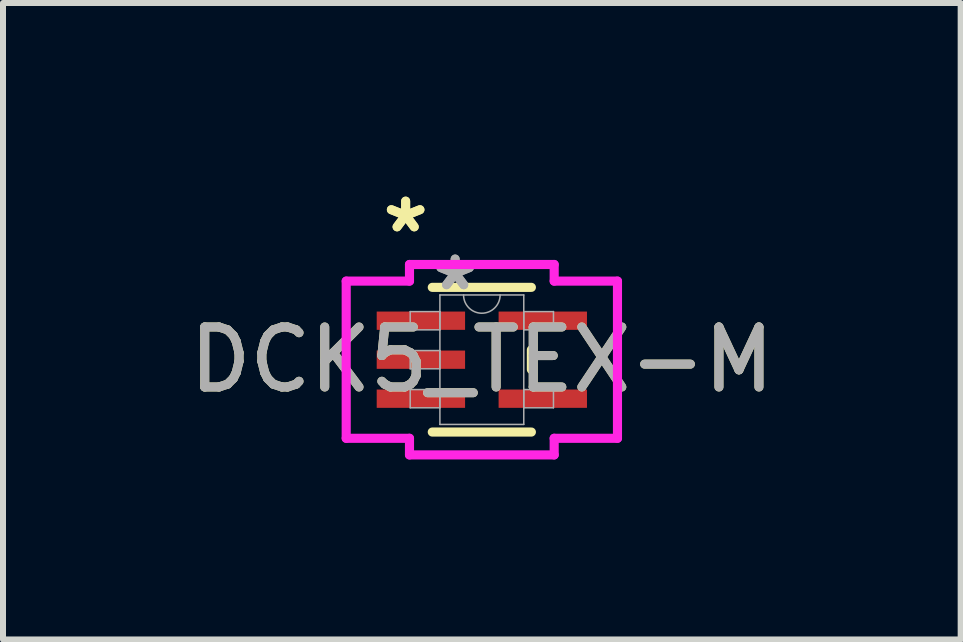
<source format=kicad_pcb>
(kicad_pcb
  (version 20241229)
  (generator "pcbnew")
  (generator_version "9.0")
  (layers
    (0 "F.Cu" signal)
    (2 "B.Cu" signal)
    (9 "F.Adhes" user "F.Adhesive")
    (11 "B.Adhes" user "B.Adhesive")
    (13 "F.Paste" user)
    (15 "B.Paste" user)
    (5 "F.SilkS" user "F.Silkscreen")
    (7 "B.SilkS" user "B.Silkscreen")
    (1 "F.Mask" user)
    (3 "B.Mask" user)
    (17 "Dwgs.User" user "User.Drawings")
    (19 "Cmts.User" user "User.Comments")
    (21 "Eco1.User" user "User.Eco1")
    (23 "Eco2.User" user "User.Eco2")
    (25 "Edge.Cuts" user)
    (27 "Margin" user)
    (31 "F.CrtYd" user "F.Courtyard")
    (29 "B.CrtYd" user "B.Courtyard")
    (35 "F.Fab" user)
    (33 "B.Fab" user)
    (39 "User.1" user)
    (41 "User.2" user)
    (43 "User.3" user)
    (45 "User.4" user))
  (footprint "DCK5_TEX-M"
    (layer "F.Cu")
    (at 4.982 2.946)
    (property "Reference" "DCK5_TEX-M" (at 0 0 0) (unlocked yes) (layer "F.SilkS") (effects (font (size 1 1) (thickness 0.15))))
    (attr smd)
    (fp_line (start -0.826 1.206) (end 0.826 1.206) (stroke (width 0.152) (type solid)) (layer "F.SilkS"))
    (fp_line (start 0.826 -1.206) (end -0.826 -1.206) (stroke (width 0.152) (type solid)) (layer "F.SilkS"))
    (fp_line (start 0.826 0.165) (end 0.826 -0.165) (stroke (width 0.152) (type solid)) (layer "F.SilkS"))
    (fp_line (start -2.261 -1.31) (end -1.206 -1.31) (stroke (width 0.152) (type solid)) (layer "F.CrtYd"))
    (fp_line (start -2.261 1.31) (end -2.261 -1.31) (stroke (width 0.152) (type solid)) (layer "F.CrtYd"))
    (fp_line (start -1.206 -1.587) (end 1.206 -1.587) (stroke (width 0.152) (type solid)) (layer "F.CrtYd"))
    (fp_line (start -1.206 -1.31) (end -1.206 -1.587) (stroke (width 0.152) (type solid)) (layer "F.CrtYd"))
    (fp_line (start -1.206 1.31) (end -2.261 1.31) (stroke (width 0.152) (type solid)) (layer "F.CrtYd"))
    (fp_line (start -1.206 1.587) (end -1.206 1.31) (stroke (width 0.152) (type solid)) (layer "F.CrtYd"))
    (fp_line (start 1.206 -1.587) (end 1.206 -1.31) (stroke (width 0.152) (type solid)) (layer "F.CrtYd"))
    (fp_line (start 1.206 -1.31) (end 2.261 -1.31) (stroke (width 0.152) (type solid)) (layer "F.CrtYd"))
    (fp_line (start 1.206 1.31) (end 1.206 1.587) (stroke (width 0.152) (type solid)) (layer "F.CrtYd"))
    (fp_line (start 1.206 1.587) (end -1.206 1.587) (stroke (width 0.152) (type solid)) (layer "F.CrtYd"))
    (fp_line (start 2.261 -1.31) (end 2.261 1.31) (stroke (width 0.152) (type solid)) (layer "F.CrtYd"))
    (fp_line (start 2.261 1.31) (end 1.206 1.31) (stroke (width 0.152) (type solid)) (layer "F.CrtYd"))
    (fp_line (start -1.194 -0.802) (end -1.194 -0.498) (stroke (width 0.025) (type solid)) (layer "F.Fab"))
    (fp_line (start -1.194 -0.498) (end -0.699 -0.498) (stroke (width 0.025) (type solid)) (layer "F.Fab"))
    (fp_line (start -1.194 -0.152) (end -1.194 0.152) (stroke (width 0.025) (type solid)) (layer "F.Fab"))
    (fp_line (start -1.194 0.152) (end -0.699 0.152) (stroke (width 0.025) (type solid)) (layer "F.Fab"))
    (fp_line (start -1.194 0.498) (end -1.194 0.802) (stroke (width 0.025) (type solid)) (layer "F.Fab"))
    (fp_line (start -1.194 0.802) (end -0.699 0.802) (stroke (width 0.025) (type solid)) (layer "F.Fab"))
    (fp_line (start -0.699 -1.079) (end -0.699 1.079) (stroke (width 0.025) (type solid)) (layer "F.Fab"))
    (fp_line (start -0.699 -0.802) (end -1.194 -0.802) (stroke (width 0.025) (type solid)) (layer "F.Fab"))
    (fp_line (start -0.699 -0.498) (end -0.699 -0.802) (stroke (width 0.025) (type solid)) (layer "F.Fab"))
    (fp_line (start -0.699 -0.152) (end -1.194 -0.152) (stroke (width 0.025) (type solid)) (layer "F.Fab"))
    (fp_line (start -0.699 0.152) (end -0.699 -0.152) (stroke (width 0.025) (type solid)) (layer "F.Fab"))
    (fp_line (start -0.699 0.498) (end -1.194 0.498) (stroke (width 0.025) (type solid)) (layer "F.Fab"))
    (fp_line (start -0.699 0.802) (end -0.699 0.498) (stroke (width 0.025) (type solid)) (layer "F.Fab"))
    (fp_line (start -0.699 1.079) (end 0.699 1.079) (stroke (width 0.025) (type solid)) (layer "F.Fab"))
    (fp_line (start 0.699 -1.079) (end -0.699 -1.079) (stroke (width 0.025) (type solid)) (layer "F.Fab"))
    (fp_line (start 0.699 -0.802) (end 0.699 -0.498) (stroke (width 0.025) (type solid)) (layer "F.Fab"))
    (fp_line (start 0.699 -0.498) (end 1.194 -0.498) (stroke (width 0.025) (type solid)) (layer "F.Fab"))
    (fp_line (start 0.699 0.498) (end 0.699 0.802) (stroke (width 0.025) (type solid)) (layer "F.Fab"))
    (fp_line (start 0.699 0.802) (end 1.194 0.802) (stroke (width 0.025) (type solid)) (layer "F.Fab"))
    (fp_line (start 0.699 1.079) (end 0.699 -1.079) (stroke (width 0.025) (type solid)) (layer "F.Fab"))
    (fp_line (start 1.194 -0.802) (end 0.699 -0.802) (stroke (width 0.025) (type solid)) (layer "F.Fab"))
    (fp_line (start 1.194 -0.498) (end 1.194 -0.802) (stroke (width 0.025) (type solid)) (layer "F.Fab"))
    (fp_line (start 1.194 0.498) (end 0.699 0.498) (stroke (width 0.025) (type solid)) (layer "F.Fab"))
    (fp_line (start 1.194 0.802) (end 1.194 0.498) (stroke (width 0.025) (type solid)) (layer "F.Fab"))
    (fp_arc (start 0.3048 -1.0795) (mid 0 -0.7747) (end -0.3048 -1.0795) (stroke (width 0.0254) (type solid)) (layer "F.Fab"))
    (fp_text user "*" (at -1.27 -2.098 0) (layer "F.SilkS") (effects (font (size 1 1) (thickness 0.15))))
    (fp_text user "*" (at -1.27 -2.098 0) (unlocked yes) (layer "F.SilkS") (effects (font (size 1 1) (thickness 0.15))))
    (fp_text user "*" (at -0.445 -1.133 0) (layer "F.Fab") (effects (font (size 1 1) (thickness 0.15))))
    (fp_text user "*" (at -0.445 -1.133 0) (unlocked yes) (layer "F.Fab") (effects (font (size 1 1) (thickness 0.15))))
    (fp_text user "${REFERENCE}" (at 0 0 0) (unlocked yes) (layer "F.Fab") (effects (font (size 1 1) (thickness 0.15))))
    (pad "1" smd rect (at -1.016 -0.65) (size 1.473 0.305) (layers "F.Cu" "F.Mask" "F.Paste"))
    (pad "2" smd rect (at -1.016 0) (size 1.473 0.305) (layers "F.Cu" "F.Mask" "F.Paste"))
    (pad "3" smd rect (at -1.016 0.65) (size 1.473 0.305) (layers "F.Cu" "F.Mask" "F.Paste"))
    (pad "4" smd rect (at 1.016 0.65) (size 1.473 0.305) (layers "F.Cu" "F.Mask" "F.Paste"))
    (pad "5" smd rect (at 1.016 -0.65) (size 1.473 0.305) (layers "F.Cu" "F.Mask" "F.Paste")))
  (gr_rect
    (start -3 -3)
    (end 12.964 7.61)
    (stroke (width 0.1) (type default))
    (fill no)
    (layer "Edge.Cuts")))
</source>
